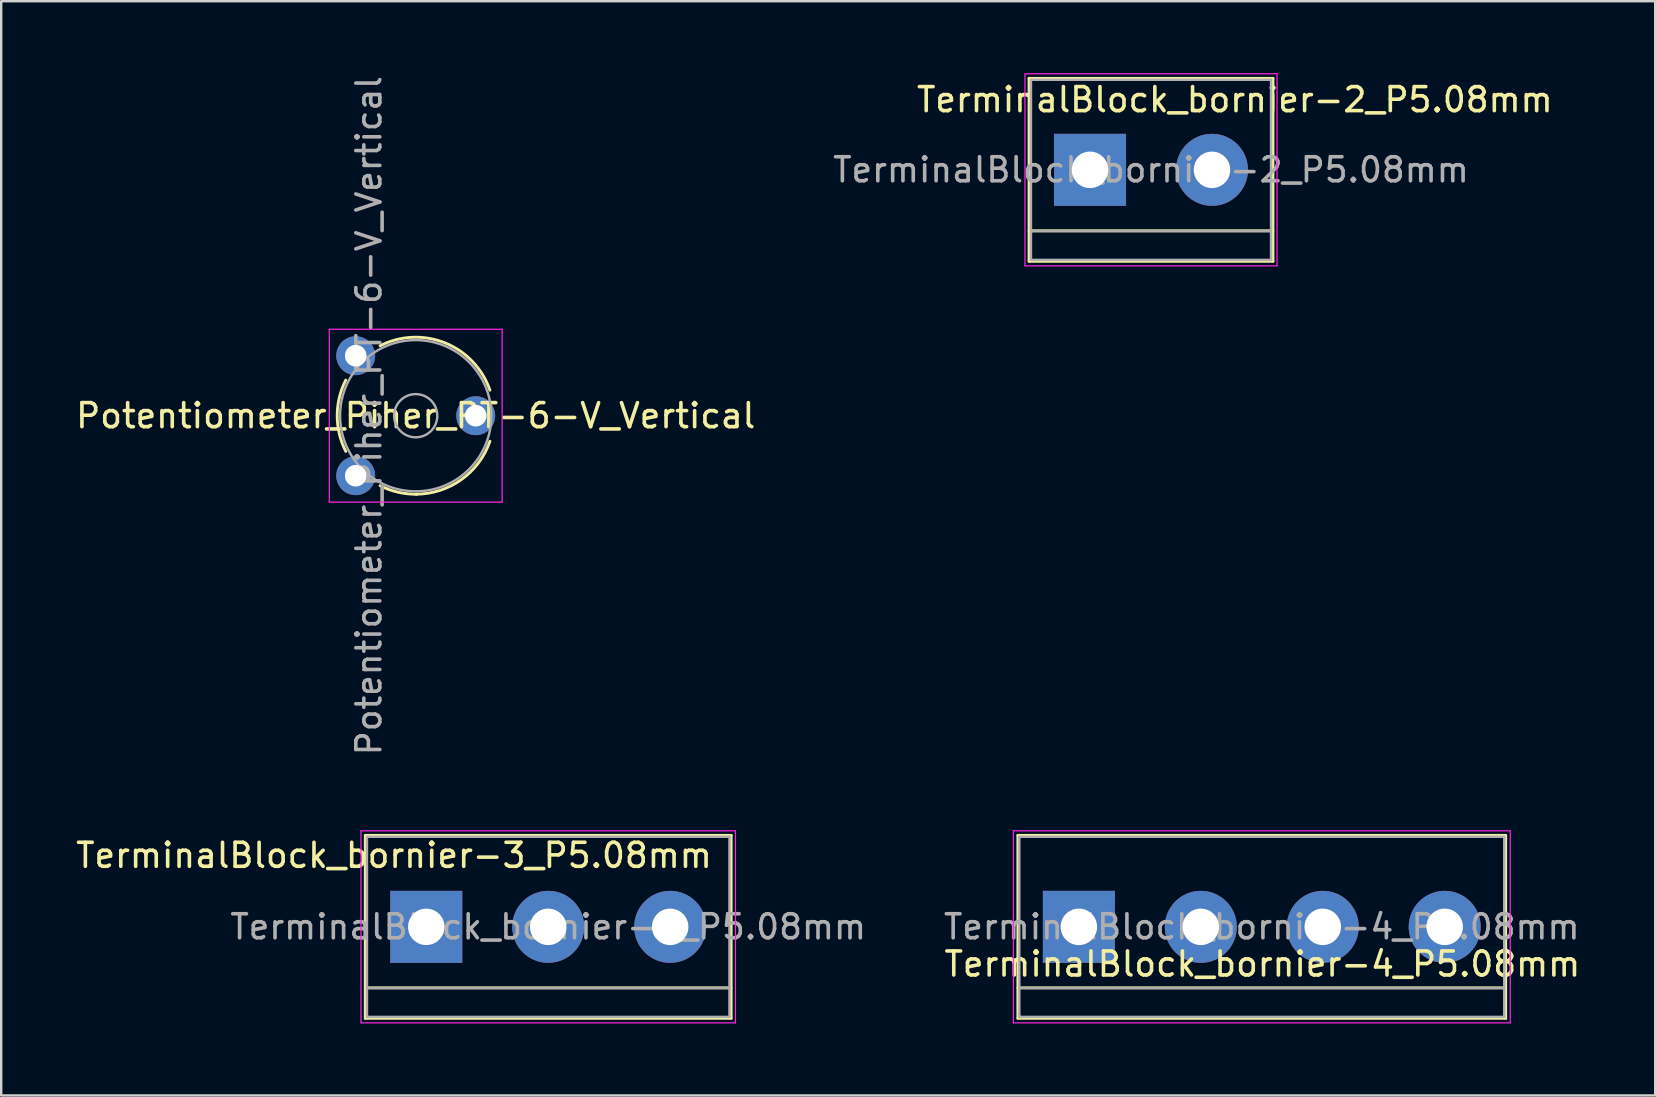
<source format=kicad_pcb>
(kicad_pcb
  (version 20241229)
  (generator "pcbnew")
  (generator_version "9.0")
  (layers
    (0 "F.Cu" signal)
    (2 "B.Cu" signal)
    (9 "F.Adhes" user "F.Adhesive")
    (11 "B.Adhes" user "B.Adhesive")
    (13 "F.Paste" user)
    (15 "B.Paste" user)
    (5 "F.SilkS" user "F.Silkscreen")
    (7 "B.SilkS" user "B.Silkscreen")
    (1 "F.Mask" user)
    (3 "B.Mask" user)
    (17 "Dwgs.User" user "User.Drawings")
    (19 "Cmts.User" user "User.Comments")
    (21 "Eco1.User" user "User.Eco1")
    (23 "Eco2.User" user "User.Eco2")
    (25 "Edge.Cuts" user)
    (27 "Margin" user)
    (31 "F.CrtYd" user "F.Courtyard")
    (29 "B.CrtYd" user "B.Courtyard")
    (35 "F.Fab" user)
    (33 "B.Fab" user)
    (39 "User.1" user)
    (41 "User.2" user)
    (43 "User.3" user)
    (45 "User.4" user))
  (footprint "TerminalBlock_bornier-2_P5.08mm"
    (layer "F.Cu")
    (at 42.359 4.025)
    (property "Reference" "TerminalBlock_bornier-2_P5.08mm" (at 6.033 -2.922 180) (layer "F.SilkS") (effects (font (size 1 1) (thickness 0.15))))
    (attr through_hole)
    (fp_line (start -2.54 -3.81) (end -2.54 3.81) (stroke (width 0.12) (type solid)) (layer "F.SilkS"))
    (fp_line (start -2.54 3.81) (end 7.62 3.81) (stroke (width 0.12) (type solid)) (layer "F.SilkS"))
    (fp_line (start 7.62 -3.81) (end -2.54 -3.81) (stroke (width 0.12) (type solid)) (layer "F.SilkS"))
    (fp_line (start 7.62 2.54) (end -2.54 2.54) (stroke (width 0.12) (type solid)) (layer "F.SilkS"))
    (fp_line (start 7.62 3.81) (end 7.62 -3.81) (stroke (width 0.12) (type solid)) (layer "F.SilkS"))
    (fp_line (start -2.71 -4) (end -2.71 4) (stroke (width 0.05) (type solid)) (layer "F.CrtYd"))
    (fp_line (start -2.71 -4) (end 7.79 -4) (stroke (width 0.05) (type solid)) (layer "F.CrtYd"))
    (fp_line (start 7.79 4) (end -2.71 4) (stroke (width 0.05) (type solid)) (layer "F.CrtYd"))
    (fp_line (start 7.79 4) (end 7.79 -4) (stroke (width 0.05) (type solid)) (layer "F.CrtYd"))
    (fp_line (start -2.46 -3.75) (end -2.46 3.75) (stroke (width 0.1) (type solid)) (layer "F.Fab"))
    (fp_line (start -2.46 3.75) (end 7.54 3.75) (stroke (width 0.1) (type solid)) (layer "F.Fab"))
    (fp_line (start -2.41 2.55) (end 7.49 2.55) (stroke (width 0.1) (type solid)) (layer "F.Fab"))
    (fp_line (start 7.54 -3.75) (end -2.46 -3.75) (stroke (width 0.1) (type solid)) (layer "F.Fab"))
    (fp_line (start 7.54 3.75) (end 7.54 -3.75) (stroke (width 0.1) (type solid)) (layer "F.Fab"))
    (fp_text user "${REFERENCE}" (at 2.54 0 180) (layer "F.Fab") (effects (font (size 1 1) (thickness 0.15))))
    (pad "1" thru_hole rect (at 0 0) (size 3 3) (drill 1.52) (layers "*.Cu" "*.Mask"))
    (pad "2" thru_hole circle (at 5.08 0) (size 3 3) (drill 1.52) (layers "*.Cu" "*.Mask")))
  (footprint "Potentiometer_Piher_PT-6-V_Vertical"
    (layer "F.Cu")
    (at 11.768 16.768)
    (property "Reference" "Potentiometer_Piher_PT-6-V_Vertical" (at 2.5 -2.5 0) (layer "F.SilkS") (effects (font (size 1 1) (thickness 0.15))))
    (attr through_hole)
    (fp_arc (start -0.413387 -1.014798) (mid -0.770114 -2.499325) (end -0.414 -3.984) (stroke (width 0.12) (type solid)) (layer "F.SilkS"))
    (fp_arc (start 1.016032 -5.413829) (mid 3.725524 -5.531609) (end 5.592 -3.564) (stroke (width 0.12) (type solid)) (layer "F.SilkS"))
    (fp_arc (start 2.556863 0.770075) (mid 1.764071 0.686696) (end 1.015 0.414) (stroke (width 0.12) (type solid)) (layer "F.SilkS"))
    (fp_arc (start 5.591846 -1.435392) (mid 4.398899 0.162158) (end 2.5 0.77) (stroke (width 0.12) (type solid)) (layer "F.SilkS"))
    (fp_line (start -1.1 -6.1) (end -1.1 1.1) (stroke (width 0.05) (type solid)) (layer "F.CrtYd"))
    (fp_line (start -1.1 1.1) (end 6.1 1.1) (stroke (width 0.05) (type solid)) (layer "F.CrtYd"))
    (fp_line (start 6.1 -6.1) (end -1.1 -6.1) (stroke (width 0.05) (type solid)) (layer "F.CrtYd"))
    (fp_line (start 6.1 1.1) (end 6.1 -6.1) (stroke (width 0.05) (type solid)) (layer "F.CrtYd"))
    (fp_circle (center 2.5 -2.5) (end 3.4 -2.5) (stroke (width 0.1) (type solid)) (fill no) (layer "F.Fab"))
    (fp_circle (center 2.5 -2.5) (end 5.65 -2.5) (stroke (width 0.1) (type solid)) (fill no) (layer "F.Fab"))
    (fp_text user "${REFERENCE}" (at 0.55 -2.5 90) (layer "F.Fab") (effects (font (size 1 1) (thickness 0.15))))
    (pad "1" thru_hole circle (at 0 0) (size 1.62 1.62) (drill 0.9) (layers "*.Cu" "*.Mask"))
    (pad "2" thru_hole circle (at 5 -2.5) (size 1.62 1.62) (drill 0.9) (layers "*.Cu" "*.Mask"))
    (pad "3" thru_hole circle (at 0 -5) (size 1.62 1.62) (drill 0.9) (layers "*.Cu" "*.Mask")))
  (footprint "TerminalBlock_bornier-4_P5.08mm"
    (layer "F.Cu")
    (at 41.894 35.561)
    (property "Reference" "TerminalBlock_bornier-4_P5.08mm" (at 7.645 1.549 0) (layer "F.SilkS") (effects (font (size 1 1) (thickness 0.15))))
    (attr through_hole)
    (fp_line (start -2.54 -3.81) (end -2.54 3.81) (stroke (width 0.12) (type solid)) (layer "F.SilkS"))
    (fp_line (start -2.54 -3.81) (end 17.78 -3.81) (stroke (width 0.12) (type solid)) (layer "F.SilkS"))
    (fp_line (start -2.54 3.81) (end 17.78 3.81) (stroke (width 0.12) (type solid)) (layer "F.SilkS"))
    (fp_line (start 17.78 2.54) (end -2.54 2.54) (stroke (width 0.12) (type solid)) (layer "F.SilkS"))
    (fp_line (start 17.78 3.81) (end 17.78 -3.81) (stroke (width 0.12) (type solid)) (layer "F.SilkS"))
    (fp_line (start -2.73 -4) (end -2.73 4) (stroke (width 0.05) (type solid)) (layer "F.CrtYd"))
    (fp_line (start -2.73 -4) (end 17.97 -4) (stroke (width 0.05) (type solid)) (layer "F.CrtYd"))
    (fp_line (start 17.97 4) (end -2.73 4) (stroke (width 0.05) (type solid)) (layer "F.CrtYd"))
    (fp_line (start 17.97 4) (end 17.97 -4) (stroke (width 0.05) (type solid)) (layer "F.CrtYd"))
    (fp_line (start -2.48 -3.75) (end 17.72 -3.75) (stroke (width 0.1) (type solid)) (layer "F.Fab"))
    (fp_line (start -2.48 2.55) (end 17.72 2.55) (stroke (width 0.1) (type solid)) (layer "F.Fab"))
    (fp_line (start -2.48 3.75) (end -2.48 -3.75) (stroke (width 0.1) (type solid)) (layer "F.Fab"))
    (fp_line (start -2.43 3.75) (end -2.48 3.75) (stroke (width 0.1) (type solid)) (layer "F.Fab"))
    (fp_line (start 17.72 -3.75) (end 17.72 3.75) (stroke (width 0.1) (type solid)) (layer "F.Fab"))
    (fp_line (start 17.72 3.75) (end -2.43 3.75) (stroke (width 0.1) (type solid)) (layer "F.Fab"))
    (fp_text user "${REFERENCE}" (at 7.62 0 0) (layer "F.Fab") (effects (font (size 1 1) (thickness 0.15))))
    (pad "1" thru_hole rect (at 0 0) (size 3 3) (drill 1.52) (layers "*.Cu" "*.Mask"))
    (pad "2" thru_hole circle (at 5.08 0) (size 3 3) (drill 1.52) (layers "*.Cu" "*.Mask"))
    (pad "3" thru_hole circle (at 10.16 0) (size 3 3) (drill 1.52) (layers "*.Cu" "*.Mask"))
    (pad "4" thru_hole circle (at 15.24 0) (size 3 3) (drill 1.52) (layers "*.Cu" "*.Mask")))
  (footprint "TerminalBlock_bornier-3_P5.08mm"
    (layer "F.Cu")
    (at 14.708 35.561)
    (property "Reference" "TerminalBlock_bornier-3_P5.08mm" (at -1.345 -2.978 180) (layer "F.SilkS") (effects (font (size 1 1) (thickness 0.15))))
    (attr through_hole)
    (fp_line (start -2.54 -3.81) (end 12.7 -3.81) (stroke (width 0.12) (type solid)) (layer "F.SilkS"))
    (fp_line (start -2.54 2.54) (end 12.7 2.54) (stroke (width 0.12) (type solid)) (layer "F.SilkS"))
    (fp_line (start -2.54 3.81) (end -2.54 -3.81) (stroke (width 0.12) (type solid)) (layer "F.SilkS"))
    (fp_line (start -2.54 3.81) (end 12.7 3.81) (stroke (width 0.12) (type solid)) (layer "F.SilkS"))
    (fp_line (start 12.7 3.81) (end 12.7 -3.81) (stroke (width 0.12) (type solid)) (layer "F.SilkS"))
    (fp_line (start -2.72 -4) (end -2.72 4) (stroke (width 0.05) (type solid)) (layer "F.CrtYd"))
    (fp_line (start -2.72 -4) (end 12.88 -4) (stroke (width 0.05) (type solid)) (layer "F.CrtYd"))
    (fp_line (start 12.88 4) (end -2.72 4) (stroke (width 0.05) (type solid)) (layer "F.CrtYd"))
    (fp_line (start 12.88 4) (end 12.88 -4) (stroke (width 0.05) (type solid)) (layer "F.CrtYd"))
    (fp_line (start -2.47 -3.75) (end 12.63 -3.75) (stroke (width 0.1) (type solid)) (layer "F.Fab"))
    (fp_line (start -2.47 2.55) (end 12.63 2.55) (stroke (width 0.1) (type solid)) (layer "F.Fab"))
    (fp_line (start -2.47 3.75) (end -2.47 -3.75) (stroke (width 0.1) (type solid)) (layer "F.Fab"))
    (fp_line (start 12.63 -3.75) (end 12.63 3.75) (stroke (width 0.1) (type solid)) (layer "F.Fab"))
    (fp_line (start 12.63 3.75) (end -2.47 3.75) (stroke (width 0.1) (type solid)) (layer "F.Fab"))
    (fp_text user "${REFERENCE}" (at 5.08 0 180) (layer "F.Fab") (effects (font (size 1 1) (thickness 0.15))))
    (pad "1" thru_hole rect (at 0 0) (size 3 3) (drill 1.52) (layers "*.Cu" "*.Mask"))
    (pad "2" thru_hole circle (at 5.08 0) (size 3 3) (drill 1.52) (layers "*.Cu" "*.Mask"))
    (pad "3" thru_hole circle (at 10.16 0) (size 3 3) (drill 1.52) (layers "*.Cu" "*.Mask")))
  (gr_rect
    (start -3 -3)
    (end 65.903 42.586)
    (stroke (width 0.1) (type default))
    (fill no)
    (layer "Edge.Cuts")))
</source>
